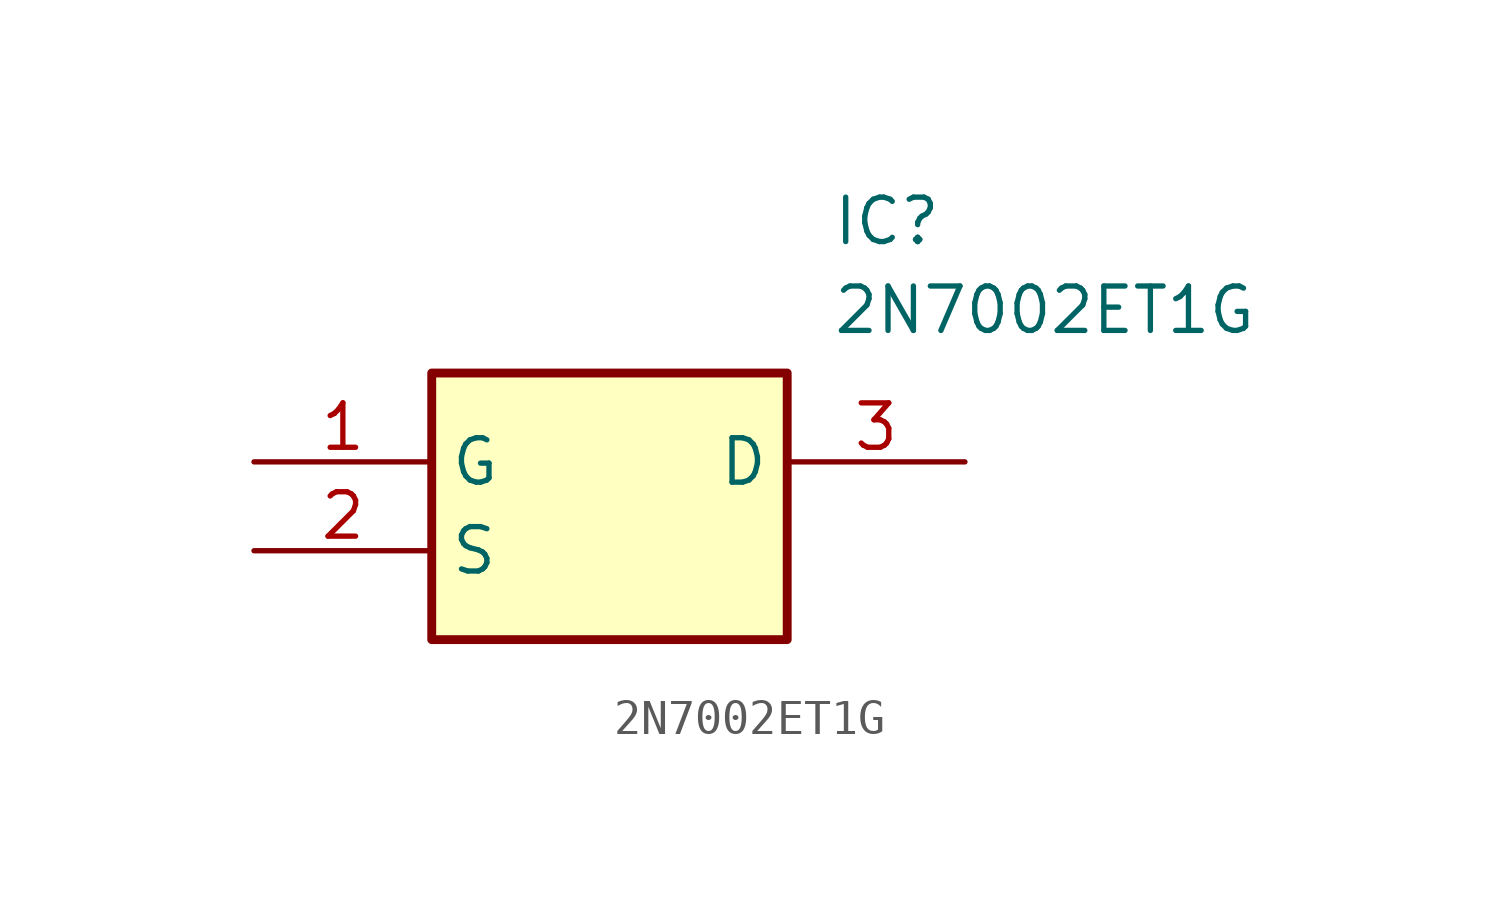
<source format=kicad_sym>
(kicad_symbol_lib
  (version 20211014)
  (generator SamacSys_ECAD_Model)
  (symbol "2N7002ET1G"
    (property "Reference" "IC"
      (at 16.51 7.62 0)
      (effects (font (size 1.27 1.27)) (justify left top)))
    (property "Value" "2N7002ET1G"
      (at 16.51 5.08 0)
      (effects (font (size 1.27 1.27)) (justify left top)))
    (rectangle
      (start 5.08 2.54)
      (end 15.24 -5.08)
      (stroke (width 0.254) (type default))
      (fill (type background)))
    (pin passive line
      (at 0 0 0)
      (length 5.08)
      (name "G" (effects (font (size 1.27 1.27))))
      (number "1" (effects (font (size 1.27 1.27)))))
    (pin passive line
      (at 0 -2.54 0)
      (length 5.08)
      (name "S" (effects (font (size 1.27 1.27))))
      (number "2" (effects (font (size 1.27 1.27)))))
    (pin passive line
      (at 20.32 0 180)
      (length 5.08)
      (name "D" (effects (font (size 1.27 1.27))))
      (number "3" (effects (font (size 1.27 1.27)))))))
</source>
